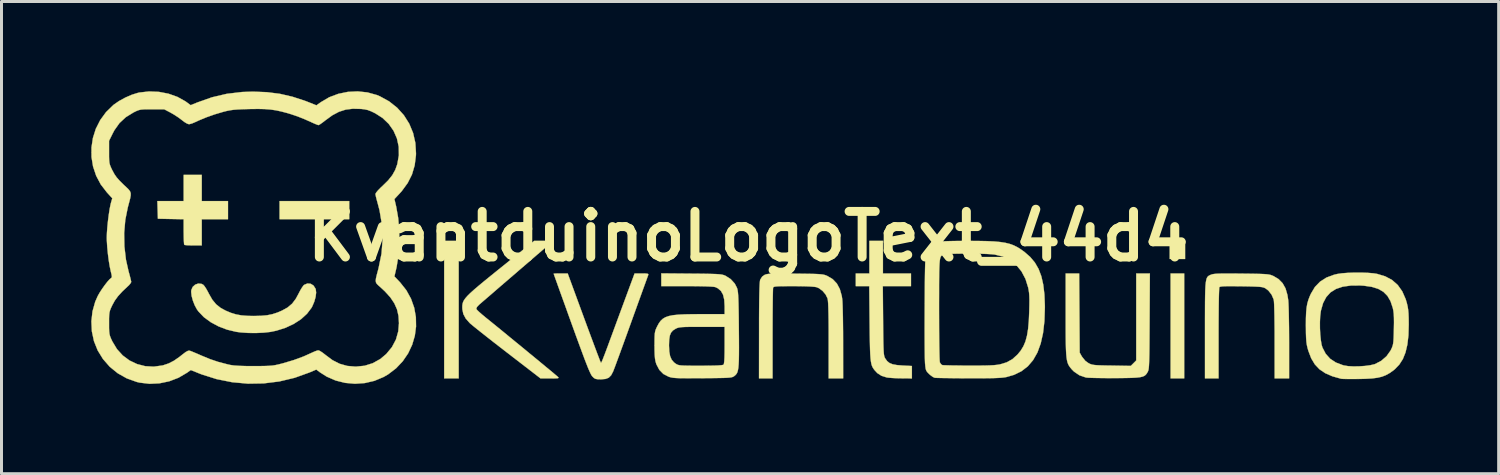
<source format=kicad_pcb>
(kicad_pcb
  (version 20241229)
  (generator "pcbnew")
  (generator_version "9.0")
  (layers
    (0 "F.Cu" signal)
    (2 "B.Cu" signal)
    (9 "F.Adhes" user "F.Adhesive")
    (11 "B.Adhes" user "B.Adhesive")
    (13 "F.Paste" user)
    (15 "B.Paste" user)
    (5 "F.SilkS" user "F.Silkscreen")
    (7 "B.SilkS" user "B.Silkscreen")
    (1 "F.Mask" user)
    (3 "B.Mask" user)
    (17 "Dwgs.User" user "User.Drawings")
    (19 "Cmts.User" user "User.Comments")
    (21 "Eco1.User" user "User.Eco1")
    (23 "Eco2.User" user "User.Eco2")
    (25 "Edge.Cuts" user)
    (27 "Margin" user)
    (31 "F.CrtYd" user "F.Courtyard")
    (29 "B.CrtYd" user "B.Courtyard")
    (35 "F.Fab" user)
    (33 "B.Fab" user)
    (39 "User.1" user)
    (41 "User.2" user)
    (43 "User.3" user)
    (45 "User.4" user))
  (footprint "KvantduinoLogoText_44d4"
    (layer "F.Cu")
    (at 21.958 4.851)
    (property "Reference" "KvantduinoLogoText_44d4" (at 0 0 0) (layer "F.SilkS") (effects (font (size 1.524 1.524) (thickness 0.3))))
    (attr through_hole)
    (fp_poly (pts (xy -13.335 -0.575) (xy -15.663 -0.575) (xy -15.663 -1.179) (xy -13.335 -1.179) (xy -13.335 -0.575)) (stroke (width 0.01) (type solid)) (fill yes) (layer "F.SilkS"))
    (fp_poly (pts (xy -9.676 4.747) (xy -10.16 4.747) (xy -10.16 0.151) (xy -9.676 0.151) (xy -9.676 4.747)) (stroke (width 0.01) (type solid)) (fill yes) (layer "F.SilkS"))
    (fp_poly (pts (xy 14.575 4.747) (xy 14.121 4.747) (xy 14.121 1.24) (xy 14.575 1.24) (xy 14.575 4.747)) (stroke (width 0.01) (type solid)) (fill yes) (layer "F.SilkS"))
    (fp_poly (pts (xy 14.605 0.756) (xy 14.091 0.756) (xy 14.091 0.151) (xy 14.605 0.151) (xy 14.605 0.756)) (stroke (width 0.01) (type solid)) (fill yes) (layer "F.SilkS"))
    (fp_poly (pts (xy -18.264 -1.179) (xy -17.387 -1.179) (xy -17.387 -0.575) (xy -18.264 -0.575) (xy -18.264 0.302) (xy -18.546 0.302) (xy -18.671 0.3) (xy -18.773 0.295) (xy -18.836 0.287) (xy -18.848 0.282) (xy -18.856 0.246) (xy -18.862 0.161) (xy -18.866 0.039) (xy -18.868 -0.109) (xy -18.869 -0.155) (xy -18.869 -0.573) (xy -19.299 -0.581) (xy -19.73 -0.59) (xy -19.739 -0.884) (xy -19.748 -1.179) (xy -18.869 -1.179) (xy -18.869 -2.056) (xy -18.264 -2.056) (xy -18.264 -1.179)) (stroke (width 0.01) (type solid)) (fill yes) (layer "F.SilkS"))
    (fp_poly (pts (xy 4.505 1.24) (xy 5.443 1.24) (xy 5.443 1.663) (xy 4.501 1.663) (xy 4.511 2.82) (xy 4.513 3.116) (xy 4.516 3.357) (xy 4.519 3.551) (xy 4.523 3.702) (xy 4.528 3.818) (xy 4.534 3.905) (xy 4.542 3.967) (xy 4.552 4.013) (xy 4.564 4.047) (xy 4.58 4.077) (xy 4.582 4.081) (xy 4.646 4.17) (xy 4.725 4.233) (xy 4.83 4.276) (xy 4.973 4.302) (xy 5.156 4.317) (xy 5.473 4.333) (xy 5.473 4.747) (xy 5.118 4.744) (xy 4.963 4.741) (xy 4.818 4.734) (xy 4.7 4.724) (xy 4.636 4.716) (xy 4.458 4.661) (xy 4.317 4.57) (xy 4.239 4.487) (xy 4.2 4.438) (xy 4.168 4.389) (xy 4.141 4.334) (xy 4.12 4.267) (xy 4.104 4.182) (xy 4.091 4.074) (xy 4.081 3.936) (xy 4.074 3.762) (xy 4.069 3.547) (xy 4.064 3.285) (xy 4.061 2.969) (xy 4.06 2.895) (xy 4.048 1.663) (xy 3.598 1.663) (xy 3.598 1.24) (xy 4.052 1.24) (xy 4.052 0.151) (xy 4.505 0.151) (xy 4.505 1.24)) (stroke (width 0.01) (type solid)) (fill yes) (layer "F.SilkS"))
    (fp_poly (pts (xy -14.624 1.584) (xy -14.529 1.643) (xy -14.462 1.747) (xy -14.454 1.768) (xy -14.441 1.88) (xy -14.459 2.025) (xy -14.503 2.183) (xy -14.57 2.34) (xy -14.595 2.386) (xy -14.746 2.586) (xy -14.946 2.768) (xy -15.189 2.926) (xy -15.466 3.056) (xy -15.77 3.152) (xy -15.966 3.193) (xy -16.188 3.218) (xy -16.443 3.23) (xy -16.707 3.228) (xy -16.955 3.211) (xy -17.115 3.19) (xy -17.419 3.117) (xy -17.707 3.007) (xy -17.968 2.866) (xy -18.193 2.7) (xy -18.372 2.513) (xy -18.423 2.444) (xy -18.499 2.304) (xy -18.561 2.146) (xy -18.603 1.99) (xy -18.618 1.853) (xy -18.613 1.795) (xy -18.567 1.689) (xy -18.484 1.614) (xy -18.382 1.577) (xy -18.274 1.587) (xy -18.215 1.616) (xy -18.174 1.662) (xy -18.117 1.748) (xy -18.055 1.859) (xy -18.026 1.916) (xy -17.912 2.116) (xy -17.785 2.27) (xy -17.633 2.391) (xy -17.466 2.482) (xy -17.289 2.556) (xy -17.119 2.608) (xy -16.939 2.641) (xy -16.732 2.657) (xy -16.525 2.661) (xy -16.282 2.655) (xy -16.08 2.637) (xy -15.904 2.601) (xy -15.734 2.546) (xy -15.584 2.482) (xy -15.393 2.376) (xy -15.243 2.249) (xy -15.12 2.086) (xy -15.03 1.919) (xy -14.969 1.802) (xy -14.908 1.702) (xy -14.858 1.635) (xy -14.842 1.621) (xy -14.732 1.575) (xy -14.624 1.584)) (stroke (width 0.01) (type solid)) (fill yes) (layer "F.SilkS"))
    (fp_poly (pts (xy 11.082 3.886) (xy 11.158 4.021) (xy 11.271 4.162) (xy 11.37 4.233) (xy 11.417 4.258) (xy 11.464 4.277) (xy 11.518 4.291) (xy 11.589 4.301) (xy 11.687 4.308) (xy 11.82 4.313) (xy 11.999 4.317) (xy 12.147 4.319) (xy 12.789 4.33) (xy 12.881 4.239) (xy 12.972 4.147) (xy 12.972 1.24) (xy 13.428 1.24) (xy 13.419 2.835) (xy 13.417 3.189) (xy 13.415 3.487) (xy 13.413 3.735) (xy 13.41 3.938) (xy 13.406 4.101) (xy 13.402 4.229) (xy 13.397 4.326) (xy 13.391 4.399) (xy 13.383 4.452) (xy 13.373 4.49) (xy 13.362 4.518) (xy 13.357 4.528) (xy 13.324 4.584) (xy 13.288 4.628) (xy 13.243 4.663) (xy 13.181 4.689) (xy 13.095 4.708) (xy 12.979 4.721) (xy 12.827 4.729) (xy 12.63 4.734) (xy 12.383 4.737) (xy 12.262 4.737) (xy 12.034 4.738) (xy 11.821 4.736) (xy 11.631 4.733) (xy 11.473 4.729) (xy 11.356 4.724) (xy 11.291 4.717) (xy 11.289 4.717) (xy 11.075 4.644) (xy 10.892 4.52) (xy 10.813 4.44) (xy 10.769 4.387) (xy 10.732 4.336) (xy 10.701 4.281) (xy 10.676 4.217) (xy 10.657 4.139) (xy 10.642 4.04) (xy 10.631 3.915) (xy 10.623 3.759) (xy 10.618 3.566) (xy 10.615 3.33) (xy 10.614 3.047) (xy 10.614 2.709) (xy 10.614 2.625) (xy 10.614 1.24) (xy 11.064 1.24) (xy 11.082 3.886)) (stroke (width 0.01) (type solid)) (fill yes) (layer "F.SilkS"))
    (fp_poly (pts (xy -6.709 0.153) (xy -6.612 0.159) (xy -6.556 0.168) (xy -6.548 0.177) (xy -6.576 0.201) (xy -6.645 0.261) (xy -6.751 0.352) (xy -6.89 0.472) (xy -7.057 0.615) (xy -7.247 0.779) (xy -7.455 0.959) (xy -7.679 1.151) (xy -7.726 1.192) (xy -7.955 1.389) (xy -8.174 1.577) (xy -8.377 1.752) (xy -8.559 1.91) (xy -8.716 2.045) (xy -8.843 2.154) (xy -8.934 2.233) (xy -8.985 2.277) (xy -8.989 2.28) (xy -9.065 2.36) (xy -9.087 2.419) (xy -9.084 2.429) (xy -9.055 2.466) (xy -8.987 2.531) (xy -8.891 2.615) (xy -8.778 2.709) (xy -8.774 2.712) (xy -8.667 2.798) (xy -8.528 2.911) (xy -8.364 3.044) (xy -8.179 3.195) (xy -7.98 3.359) (xy -7.771 3.53) (xy -7.558 3.704) (xy -7.347 3.878) (xy -7.142 4.046) (xy -6.951 4.204) (xy -6.777 4.348) (xy -6.626 4.472) (xy -6.505 4.573) (xy -6.418 4.646) (xy -6.371 4.686) (xy -6.366 4.691) (xy -6.342 4.716) (xy -6.339 4.732) (xy -6.366 4.742) (xy -6.431 4.746) (xy -6.544 4.747) (xy -6.623 4.747) (xy -6.94 4.747) (xy -8.059 3.885) (xy -8.291 3.705) (xy -8.513 3.533) (xy -8.718 3.372) (xy -8.902 3.227) (xy -9.059 3.102) (xy -9.183 3.002) (xy -9.27 2.93) (xy -9.308 2.896) (xy -9.441 2.745) (xy -9.52 2.596) (xy -9.553 2.435) (xy -9.555 2.381) (xy -9.554 2.315) (xy -9.546 2.254) (xy -9.529 2.195) (xy -9.498 2.133) (xy -9.45 2.066) (xy -9.382 1.988) (xy -9.29 1.897) (xy -9.169 1.788) (xy -9.016 1.657) (xy -8.828 1.501) (xy -8.601 1.316) (xy -8.331 1.098) (xy -8.266 1.046) (xy -7.153 0.151) (xy -6.836 0.151) (xy -6.709 0.153)) (stroke (width 0.01) (type solid)) (fill yes) (layer "F.SilkS"))
    (fp_poly (pts (xy 1.18 1.243) (xy 1.412 1.245) (xy 1.572 1.246) (xy 1.834 1.249) (xy 2.042 1.252) (xy 2.205 1.255) (xy 2.33 1.26) (xy 2.423 1.267) (xy 2.494 1.275) (xy 2.549 1.287) (xy 2.595 1.302) (xy 2.641 1.321) (xy 2.649 1.325) (xy 2.828 1.432) (xy 2.965 1.576) (xy 3.064 1.761) (xy 3.129 1.991) (xy 3.144 2.092) (xy 3.151 2.172) (xy 3.157 2.303) (xy 3.162 2.48) (xy 3.167 2.692) (xy 3.17 2.934) (xy 3.173 3.195) (xy 3.174 3.469) (xy 3.174 3.53) (xy 3.175 4.747) (xy 2.691 4.747) (xy 2.691 3.473) (xy 2.691 3.12) (xy 2.689 2.824) (xy 2.685 2.581) (xy 2.68 2.389) (xy 2.674 2.244) (xy 2.666 2.143) (xy 2.656 2.082) (xy 2.655 2.077) (xy 2.59 1.944) (xy 2.488 1.822) (xy 2.366 1.732) (xy 2.283 1.697) (xy 2.211 1.686) (xy 2.088 1.676) (xy 1.923 1.669) (xy 1.725 1.665) (xy 1.508 1.663) (xy 1.29 1.664) (xy 1.124 1.665) (xy 1.005 1.669) (xy 0.924 1.675) (xy 0.873 1.684) (xy 0.846 1.696) (xy 0.835 1.711) (xy 0.831 1.75) (xy 0.828 1.843) (xy 0.825 1.985) (xy 0.822 2.169) (xy 0.82 2.39) (xy 0.818 2.641) (xy 0.817 2.917) (xy 0.816 3.211) (xy 0.816 3.253) (xy 0.816 4.747) (xy 0.363 4.747) (xy 0.365 3.152) (xy 0.365 2.761) (xy 0.367 2.428) (xy 0.37 2.148) (xy 0.374 1.92) (xy 0.379 1.74) (xy 0.385 1.605) (xy 0.392 1.512) (xy 0.4 1.458) (xy 0.402 1.451) (xy 0.468 1.346) (xy 0.544 1.291) (xy 0.579 1.276) (xy 0.621 1.264) (xy 0.676 1.255) (xy 0.753 1.249) (xy 0.858 1.245) (xy 0.998 1.243) (xy 1.18 1.243)) (stroke (width 0.01) (type solid)) (fill yes) (layer "F.SilkS"))
    (fp_poly (pts (xy -3.439 1.241) (xy -3.37 1.247) (xy -3.34 1.259) (xy -3.337 1.281) (xy -3.341 1.293) (xy -3.355 1.331) (xy -3.387 1.42) (xy -3.436 1.555) (xy -3.5 1.731) (xy -3.576 1.942) (xy -3.663 2.182) (xy -3.758 2.446) (xy -3.86 2.729) (xy -3.906 2.857) (xy -4.012 3.151) (xy -4.113 3.43) (xy -4.208 3.691) (xy -4.294 3.927) (xy -4.369 4.131) (xy -4.431 4.299) (xy -4.478 4.423) (xy -4.507 4.499) (xy -4.513 4.514) (xy -4.58 4.643) (xy -4.66 4.724) (xy -4.766 4.765) (xy -4.913 4.778) (xy -4.922 4.778) (xy -5.032 4.775) (xy -5.102 4.763) (xy -5.154 4.734) (xy -5.208 4.681) (xy -5.21 4.679) (xy -5.234 4.647) (xy -5.263 4.595) (xy -5.299 4.518) (xy -5.345 4.412) (xy -5.4 4.274) (xy -5.468 4.099) (xy -5.548 3.884) (xy -5.644 3.624) (xy -5.757 3.316) (xy -5.888 2.954) (xy -5.901 2.918) (xy -6.01 2.616) (xy -6.112 2.331) (xy -6.207 2.069) (xy -6.291 1.835) (xy -6.364 1.632) (xy -6.423 1.467) (xy -6.467 1.345) (xy -6.493 1.27) (xy -6.501 1.247) (xy -6.473 1.244) (xy -6.4 1.241) (xy -6.295 1.24) (xy -6.267 1.24) (xy -6.032 1.24) (xy -5.491 2.714) (xy -5.386 2.999) (xy -5.287 3.266) (xy -5.196 3.51) (xy -5.115 3.727) (xy -5.046 3.911) (xy -4.991 4.055) (xy -4.952 4.156) (xy -4.931 4.207) (xy -4.928 4.213) (xy -4.923 4.219) (xy -4.918 4.223) (xy -4.912 4.221) (xy -4.903 4.207) (xy -4.889 4.178) (xy -4.868 4.13) (xy -4.84 4.058) (xy -4.801 3.958) (xy -4.751 3.826) (xy -4.688 3.657) (xy -4.611 3.447) (xy -4.517 3.193) (xy -4.405 2.889) (xy -4.307 2.623) (xy -3.796 1.24) (xy -3.558 1.24) (xy -3.439 1.241)) (stroke (width 0.01) (type solid)) (fill yes) (layer "F.SilkS"))
    (fp_poly (pts (xy 16.283 1.243) (xy 16.492 1.245) (xy 16.751 1.248) (xy 16.958 1.251) (xy 17.119 1.255) (xy 17.243 1.26) (xy 17.335 1.267) (xy 17.405 1.276) (xy 17.46 1.288) (xy 17.506 1.304) (xy 17.552 1.323) (xy 17.557 1.325) (xy 17.73 1.428) (xy 17.864 1.564) (xy 17.962 1.739) (xy 18.026 1.959) (xy 18.054 2.141) (xy 18.06 2.231) (xy 18.066 2.373) (xy 18.071 2.559) (xy 18.075 2.779) (xy 18.079 3.026) (xy 18.081 3.289) (xy 18.082 3.562) (xy 18.082 3.576) (xy 18.082 4.747) (xy 17.599 4.747) (xy 17.598 3.485) (xy 17.598 3.174) (xy 17.595 2.893) (xy 17.592 2.646) (xy 17.587 2.44) (xy 17.582 2.279) (xy 17.575 2.168) (xy 17.568 2.113) (xy 17.497 1.949) (xy 17.39 1.812) (xy 17.296 1.74) (xy 17.258 1.72) (xy 17.214 1.705) (xy 17.157 1.693) (xy 17.078 1.685) (xy 16.969 1.679) (xy 16.82 1.674) (xy 16.625 1.67) (xy 16.483 1.668) (xy 16.249 1.666) (xy 16.069 1.665) (xy 15.936 1.667) (xy 15.844 1.672) (xy 15.786 1.681) (xy 15.756 1.692) (xy 15.75 1.698) (xy 15.745 1.736) (xy 15.741 1.828) (xy 15.736 1.968) (xy 15.732 2.151) (xy 15.729 2.371) (xy 15.727 2.622) (xy 15.725 2.897) (xy 15.724 3.191) (xy 15.724 3.243) (xy 15.724 4.747) (xy 15.27 4.747) (xy 15.27 3.144) (xy 15.27 2.772) (xy 15.271 2.455) (xy 15.272 2.19) (xy 15.275 1.97) (xy 15.28 1.793) (xy 15.287 1.651) (xy 15.298 1.542) (xy 15.312 1.46) (xy 15.329 1.4) (xy 15.352 1.358) (xy 15.379 1.329) (xy 15.412 1.308) (xy 15.451 1.29) (xy 15.47 1.282) (xy 15.511 1.268) (xy 15.565 1.258) (xy 15.64 1.25) (xy 15.742 1.245) (xy 15.879 1.242) (xy 16.057 1.242) (xy 16.283 1.243)) (stroke (width 0.01) (type solid)) (fill yes) (layer "F.SilkS"))
    (fp_poly (pts (xy 20.497 1.211) (xy 20.714 1.219) (xy 20.902 1.235) (xy 21.023 1.254) (xy 21.295 1.336) (xy 21.525 1.459) (xy 21.714 1.626) (xy 21.864 1.838) (xy 21.978 2.097) (xy 22.017 2.227) (xy 22.043 2.337) (xy 22.061 2.448) (xy 22.073 2.574) (xy 22.079 2.731) (xy 22.081 2.932) (xy 22.081 2.948) (xy 22.071 3.308) (xy 22.035 3.616) (xy 21.973 3.879) (xy 21.884 4.101) (xy 21.764 4.287) (xy 21.614 4.442) (xy 21.565 4.482) (xy 21.438 4.571) (xy 21.315 4.639) (xy 21.184 4.69) (xy 21.035 4.725) (xy 20.856 4.748) (xy 20.636 4.761) (xy 20.426 4.766) (xy 20.247 4.767) (xy 20.085 4.767) (xy 19.953 4.766) (xy 19.86 4.763) (xy 19.821 4.759) (xy 19.529 4.677) (xy 19.29 4.573) (xy 19.096 4.442) (xy 18.942 4.278) (xy 18.821 4.076) (xy 18.727 3.83) (xy 18.699 3.734) (xy 18.677 3.638) (xy 18.661 3.532) (xy 18.651 3.404) (xy 18.645 3.243) (xy 18.643 3.037) (xy 18.642 2.978) (xy 18.643 2.869) (xy 19.112 2.869) (xy 19.113 3.073) (xy 19.123 3.276) (xy 19.142 3.463) (xy 19.167 3.618) (xy 19.195 3.713) (xy 19.304 3.923) (xy 19.453 4.09) (xy 19.646 4.217) (xy 19.885 4.307) (xy 19.912 4.314) (xy 20.051 4.337) (xy 20.228 4.347) (xy 20.424 4.344) (xy 20.62 4.331) (xy 20.797 4.307) (xy 20.937 4.274) (xy 20.959 4.266) (xy 21.164 4.158) (xy 21.34 4.005) (xy 21.472 3.819) (xy 21.489 3.786) (xy 21.52 3.72) (xy 21.542 3.659) (xy 21.558 3.593) (xy 21.569 3.509) (xy 21.576 3.396) (xy 21.581 3.243) (xy 21.584 3.096) (xy 21.588 2.883) (xy 21.586 2.718) (xy 21.58 2.59) (xy 21.567 2.485) (xy 21.548 2.393) (xy 21.546 2.387) (xy 21.472 2.167) (xy 21.37 1.991) (xy 21.235 1.854) (xy 21.061 1.754) (xy 20.845 1.687) (xy 20.581 1.649) (xy 20.456 1.641) (xy 20.14 1.644) (xy 19.871 1.682) (xy 19.647 1.758) (xy 19.465 1.873) (xy 19.323 2.03) (xy 19.218 2.229) (xy 19.148 2.472) (xy 19.139 2.521) (xy 19.12 2.68) (xy 19.112 2.869) (xy 18.643 2.869) (xy 18.644 2.735) (xy 18.652 2.54) (xy 18.667 2.381) (xy 18.691 2.245) (xy 18.727 2.12) (xy 18.776 1.994) (xy 18.812 1.915) (xy 18.945 1.692) (xy 19.117 1.514) (xy 19.328 1.378) (xy 19.584 1.283) (xy 19.693 1.257) (xy 19.85 1.234) (xy 20.048 1.219) (xy 20.27 1.211) (xy 20.497 1.211)) (stroke (width 0.01) (type solid)) (fill yes) (layer "F.SilkS"))
    (fp_poly (pts (xy -1.897 1.246) (xy -1.623 1.248) (xy -1.401 1.251) (xy -1.227 1.255) (xy -1.092 1.259) (xy -0.989 1.265) (xy -0.913 1.273) (xy -0.856 1.283) (xy -0.81 1.296) (xy -0.77 1.312) (xy -0.756 1.318) (xy -0.582 1.43) (xy -0.447 1.579) (xy -0.374 1.72) (xy -0.361 1.762) (xy -0.35 1.814) (xy -0.341 1.881) (xy -0.334 1.971) (xy -0.328 2.089) (xy -0.323 2.24) (xy -0.319 2.432) (xy -0.315 2.67) (xy -0.312 2.96) (xy -0.311 3.099) (xy -0.308 3.434) (xy -0.307 3.713) (xy -0.308 3.943) (xy -0.311 4.129) (xy -0.318 4.277) (xy -0.328 4.391) (xy -0.343 4.479) (xy -0.362 4.544) (xy -0.387 4.592) (xy -0.418 4.63) (xy -0.455 4.662) (xy -0.464 4.669) (xy -0.49 4.686) (xy -0.519 4.7) (xy -0.56 4.711) (xy -0.618 4.72) (xy -0.7 4.726) (xy -0.813 4.731) (xy -0.963 4.734) (xy -1.158 4.737) (xy -1.404 4.739) (xy -1.522 4.74) (xy -1.793 4.741) (xy -2.012 4.742) (xy -2.185 4.741) (xy -2.319 4.739) (xy -2.422 4.734) (xy -2.501 4.727) (xy -2.563 4.717) (xy -2.616 4.704) (xy -2.661 4.689) (xy -2.834 4.599) (xy -2.969 4.462) (xy -3.066 4.278) (xy -3.075 4.252) (xy -3.098 4.173) (xy -3.114 4.079) (xy -3.124 3.959) (xy -3.129 3.801) (xy -3.13 3.644) (xy -3.13 3.643) (xy -2.646 3.643) (xy -2.646 3.644) (xy -2.637 3.847) (xy -2.609 4.002) (xy -2.558 4.12) (xy -2.48 4.212) (xy -2.422 4.256) (xy -2.388 4.277) (xy -2.352 4.293) (xy -2.306 4.306) (xy -2.243 4.314) (xy -2.153 4.319) (xy -2.03 4.322) (xy -1.864 4.324) (xy -1.647 4.324) (xy -1.589 4.324) (xy -1.335 4.323) (xy -1.138 4.32) (xy -0.992 4.314) (xy -0.893 4.306) (xy -0.837 4.296) (xy -0.822 4.288) (xy -0.809 4.252) (xy -0.798 4.173) (xy -0.791 4.046) (xy -0.787 3.868) (xy -0.786 3.638) (xy -0.786 3.024) (xy -1.543 3.024) (xy -1.779 3.024) (xy -1.963 3.025) (xy -2.103 3.028) (xy -2.206 3.033) (xy -2.282 3.041) (xy -2.338 3.052) (xy -2.382 3.067) (xy -2.42 3.085) (xy -2.513 3.144) (xy -2.578 3.218) (xy -2.619 3.319) (xy -2.64 3.457) (xy -2.646 3.643) (xy -3.13 3.643) (xy -3.129 3.467) (xy -3.126 3.338) (xy -3.12 3.245) (xy -3.107 3.173) (xy -3.088 3.111) (xy -3.059 3.046) (xy -3.044 3.016) (xy -2.988 2.911) (xy -2.927 2.825) (xy -2.855 2.757) (xy -2.767 2.704) (xy -2.654 2.664) (xy -2.512 2.635) (xy -2.333 2.617) (xy -2.111 2.606) (xy -1.84 2.601) (xy -1.612 2.6) (xy -0.786 2.6) (xy -0.786 2.332) (xy -0.799 2.116) (xy -0.839 1.949) (xy -0.91 1.824) (xy -1.014 1.735) (xy -1.098 1.695) (xy -1.157 1.685) (xy -1.271 1.677) (xy -1.437 1.67) (xy -1.65 1.666) (xy -1.905 1.663) (xy -2.043 1.663) (xy -2.903 1.663) (xy -2.903 1.237) (xy -1.897 1.246)) (stroke (width 0.01) (type solid)) (fill yes) (layer "F.SilkS"))
    (fp_poly (pts (xy 7.697 0.153) (xy 7.984 0.159) (xy 8.226 0.17) (xy 8.428 0.189) (xy 8.6 0.216) (xy 8.748 0.253) (xy 8.879 0.301) (xy 9.001 0.362) (xy 9.121 0.438) (xy 9.238 0.522) (xy 9.428 0.689) (xy 9.584 0.875) (xy 9.707 1.088) (xy 9.8 1.333) (xy 9.864 1.615) (xy 9.903 1.941) (xy 9.918 2.318) (xy 9.918 2.384) (xy 9.903 2.834) (xy 9.857 3.232) (xy 9.779 3.581) (xy 9.669 3.882) (xy 9.525 4.135) (xy 9.348 4.343) (xy 9.136 4.507) (xy 8.888 4.628) (xy 8.633 4.702) (xy 8.559 4.714) (xy 8.466 4.725) (xy 8.348 4.732) (xy 8.198 4.738) (xy 8.01 4.741) (xy 7.778 4.743) (xy 7.494 4.743) (xy 7.363 4.743) (xy 7.113 4.742) (xy 6.88 4.74) (xy 6.672 4.737) (xy 6.496 4.735) (xy 6.359 4.732) (xy 6.269 4.729) (xy 6.236 4.726) (xy 6.174 4.698) (xy 6.095 4.641) (xy 6.05 4.602) (xy 5.993 4.544) (xy 5.957 4.494) (xy 5.935 4.432) (xy 5.922 4.342) (xy 5.912 4.233) (xy 5.909 4.155) (xy 5.905 4.022) (xy 5.903 3.842) (xy 5.901 3.621) (xy 5.9 3.366) (xy 5.899 3.083) (xy 5.9 2.779) (xy 5.901 2.461) (xy 5.901 2.44) (xy 6.381 2.44) (xy 6.382 2.787) (xy 6.383 3.108) (xy 6.385 3.397) (xy 6.388 3.65) (xy 6.392 3.862) (xy 6.396 4.028) (xy 6.401 4.145) (xy 6.407 4.207) (xy 6.409 4.214) (xy 6.45 4.276) (xy 6.492 4.303) (xy 6.536 4.307) (xy 6.631 4.31) (xy 6.771 4.314) (xy 6.946 4.316) (xy 7.147 4.319) (xy 7.367 4.32) (xy 7.378 4.32) (xy 7.661 4.32) (xy 7.891 4.318) (xy 8.075 4.313) (xy 8.219 4.305) (xy 8.332 4.293) (xy 8.417 4.279) (xy 8.642 4.211) (xy 8.831 4.106) (xy 9 3.954) (xy 9.003 3.951) (xy 9.113 3.817) (xy 9.201 3.672) (xy 9.27 3.509) (xy 9.321 3.318) (xy 9.358 3.092) (xy 9.382 2.822) (xy 9.395 2.521) (xy 9.4 2.301) (xy 9.402 2.129) (xy 9.398 1.994) (xy 9.39 1.884) (xy 9.375 1.786) (xy 9.361 1.713) (xy 9.27 1.422) (xy 9.136 1.169) (xy 8.963 0.958) (xy 8.754 0.792) (xy 8.513 0.674) (xy 8.241 0.608) (xy 8.225 0.606) (xy 8.111 0.595) (xy 7.96 0.587) (xy 7.781 0.581) (xy 7.583 0.577) (xy 7.377 0.575) (xy 7.172 0.576) (xy 6.979 0.578) (xy 6.808 0.583) (xy 6.668 0.59) (xy 6.569 0.599) (xy 6.522 0.61) (xy 6.492 0.626) (xy 6.468 0.642) (xy 6.447 0.665) (xy 6.429 0.698) (xy 6.416 0.746) (xy 6.405 0.814) (xy 6.397 0.908) (xy 6.391 1.03) (xy 6.386 1.187) (xy 6.384 1.384) (xy 6.382 1.624) (xy 6.382 1.912) (xy 6.381 2.254) (xy 6.381 2.44) (xy 5.901 2.44) (xy 5.902 2.283) (xy 5.904 1.906) (xy 5.906 1.584) (xy 5.909 1.313) (xy 5.913 1.088) (xy 5.918 0.904) (xy 5.925 0.756) (xy 5.935 0.639) (xy 5.947 0.548) (xy 5.964 0.479) (xy 5.984 0.427) (xy 6.009 0.386) (xy 6.038 0.353) (xy 6.073 0.321) (xy 6.105 0.295) (xy 6.198 0.232) (xy 6.301 0.186) (xy 6.313 0.183) (xy 6.375 0.174) (xy 6.491 0.167) (xy 6.653 0.16) (xy 6.856 0.155) (xy 7.092 0.152) (xy 7.354 0.151) (xy 7.357 0.151) (xy 7.697 0.153)) (stroke (width 0.01) (type solid)) (fill yes) (layer "F.SilkS"))
    (fp_poly (pts (xy -12.727 -4.812) (xy -12.416 -4.726) (xy -12.312 -4.683) (xy -12.002 -4.513) (xy -11.733 -4.3) (xy -11.508 -4.05) (xy -11.329 -3.767) (xy -11.2 -3.456) (xy -11.124 -3.123) (xy -11.103 -2.772) (xy -11.105 -2.71) (xy -11.147 -2.375) (xy -11.237 -2.069) (xy -11.38 -1.785) (xy -11.578 -1.514) (xy -11.649 -1.435) (xy -11.824 -1.247) (xy -11.765 -0.994) (xy -11.698 -0.613) (xy -11.663 -0.201) (xy -11.66 0.222) (xy -11.689 0.636) (xy -11.751 1.022) (xy -11.765 1.085) (xy -11.824 1.338) (xy -11.634 1.538) (xy -11.425 1.802) (xy -11.268 2.087) (xy -11.162 2.388) (xy -11.107 2.698) (xy -11.101 3.012) (xy -11.142 3.322) (xy -11.231 3.624) (xy -11.366 3.91) (xy -11.546 4.174) (xy -11.769 4.41) (xy -12.035 4.613) (xy -12.186 4.7) (xy -12.491 4.828) (xy -12.813 4.903) (xy -13.142 4.926) (xy -13.471 4.897) (xy -13.788 4.818) (xy -14.087 4.688) (xy -14.316 4.542) (xy -14.435 4.452) (xy -14.664 4.549) (xy -15.159 4.727) (xy -15.671 4.849) (xy -16.194 4.914) (xy -16.721 4.923) (xy -17.247 4.875) (xy -17.767 4.771) (xy -18.273 4.611) (xy -18.364 4.575) (xy -18.63 4.468) (xy -18.757 4.558) (xy -19.041 4.725) (xy -19.352 4.844) (xy -19.678 4.912) (xy -20.01 4.928) (xy -20.337 4.889) (xy -20.436 4.866) (xy -20.77 4.746) (xy -21.072 4.576) (xy -21.339 4.359) (xy -21.566 4.099) (xy -21.743 3.811) (xy -21.867 3.502) (xy -21.937 3.176) (xy -21.953 2.84) (xy -21.916 2.507) (xy -21.825 2.184) (xy -21.742 1.996) (xy -21.679 1.884) (xy -21.598 1.759) (xy -21.51 1.635) (xy -21.424 1.524) (xy -21.349 1.44) (xy -21.298 1.396) (xy -21.275 1.376) (xy -21.269 1.339) (xy -21.28 1.272) (xy -21.303 1.18) (xy -21.338 1.016) (xy -21.372 0.811) (xy -21.401 0.586) (xy -21.423 0.361) (xy -21.436 0.156) (xy -21.439 0.046) (xy -21.434 -0.115) (xy -21.42 -0.307) (xy -21.399 -0.513) (xy -21.373 -0.718) (xy -21.345 -0.904) (xy -21.315 -1.055) (xy -21.301 -1.113) (xy -21.255 -1.273) (xy -21.434 -1.469) (xy -21.64 -1.736) (xy -21.794 -2.027) (xy -21.897 -2.334) (xy -21.949 -2.651) (xy -21.95 -2.972) (xy -21.916 -3.195) (xy -21.363 -3.195) (xy -21.363 -2.813) (xy -21.363 -2.654) (xy -21.359 -2.54) (xy -21.35 -2.455) (xy -21.331 -2.383) (xy -21.301 -2.308) (xy -21.257 -2.215) (xy -21.25 -2.203) (xy -21.184 -2.08) (xy -21.109 -1.972) (xy -21.012 -1.862) (xy -20.881 -1.732) (xy -20.877 -1.728) (xy -20.778 -1.636) (xy -20.708 -1.567) (xy -20.662 -1.507) (xy -20.64 -1.446) (xy -20.639 -1.372) (xy -20.656 -1.274) (xy -20.691 -1.139) (xy -20.737 -0.966) (xy -20.82 -0.551) (xy -20.858 -0.111) (xy -20.85 0.337) (xy -20.798 0.78) (xy -20.712 1.163) (xy -20.675 1.297) (xy -20.646 1.412) (xy -20.627 1.493) (xy -20.622 1.525) (xy -20.644 1.568) (xy -20.697 1.632) (xy -20.736 1.668) (xy -20.92 1.842) (xy -21.062 1.997) (xy -21.171 2.147) (xy -21.254 2.298) (xy -21.3 2.395) (xy -21.33 2.472) (xy -21.349 2.545) (xy -21.359 2.631) (xy -21.363 2.745) (xy -21.363 2.903) (xy -21.363 3.061) (xy -21.359 3.175) (xy -21.349 3.261) (xy -21.33 3.335) (xy -21.299 3.414) (xy -21.253 3.512) (xy -21.25 3.517) (xy -21.098 3.769) (xy -20.905 3.981) (xy -20.679 4.149) (xy -20.426 4.269) (xy -20.154 4.339) (xy -19.868 4.355) (xy -19.577 4.315) (xy -19.548 4.307) (xy -19.367 4.246) (xy -19.193 4.156) (xy -19.008 4.027) (xy -18.916 3.954) (xy -18.802 3.867) (xy -18.721 3.824) (xy -18.674 3.82) (xy -18.623 3.837) (xy -18.53 3.875) (xy -18.409 3.926) (xy -18.279 3.983) (xy -17.995 4.101) (xy -17.714 4.196) (xy -17.408 4.276) (xy -17.311 4.298) (xy -17.189 4.316) (xy -17.008 4.328) (xy -16.771 4.335) (xy -16.51 4.336) (xy -16.298 4.335) (xy -16.133 4.332) (xy -16.004 4.327) (xy -15.898 4.318) (xy -15.803 4.303) (xy -15.705 4.282) (xy -15.593 4.254) (xy -15.541 4.24) (xy -15.186 4.134) (xy -14.858 4.013) (xy -14.574 3.885) (xy -14.48 3.843) (xy -14.399 3.815) (xy -14.367 3.81) (xy -14.316 3.829) (xy -14.237 3.879) (xy -14.145 3.949) (xy -14.131 3.961) (xy -13.893 4.138) (xy -13.654 4.259) (xy -13.403 4.33) (xy -13.128 4.354) (xy -13.113 4.354) (xy -12.82 4.325) (xy -12.546 4.239) (xy -12.294 4.098) (xy -12.096 3.931) (xy -11.907 3.702) (xy -11.773 3.449) (xy -11.695 3.173) (xy -11.672 2.903) (xy -11.687 2.66) (xy -11.737 2.441) (xy -11.827 2.237) (xy -11.96 2.039) (xy -12.142 1.838) (xy -12.305 1.687) (xy -12.37 1.63) (xy -12.415 1.584) (xy -12.441 1.537) (xy -12.449 1.48) (xy -12.44 1.4) (xy -12.414 1.288) (xy -12.372 1.131) (xy -12.354 1.061) (xy -12.256 0.582) (xy -12.218 0.098) (xy -12.24 -0.388) (xy -12.322 -0.872) (xy -12.381 -1.097) (xy -12.415 -1.221) (xy -12.442 -1.328) (xy -12.456 -1.4) (xy -12.458 -1.417) (xy -12.436 -1.46) (xy -12.378 -1.532) (xy -12.291 -1.622) (xy -12.22 -1.688) (xy -12.034 -1.871) (xy -11.895 -2.045) (xy -11.796 -2.223) (xy -11.728 -2.413) (xy -11.675 -2.709) (xy -11.68 -2.997) (xy -11.74 -3.273) (xy -11.852 -3.529) (xy -12.013 -3.759) (xy -12.221 -3.958) (xy -12.463 -4.113) (xy -12.603 -4.181) (xy -12.717 -4.224) (xy -12.831 -4.248) (xy -12.939 -4.26) (xy -13.212 -4.267) (xy -13.453 -4.237) (xy -13.678 -4.165) (xy -13.899 -4.048) (xy -14.127 -3.882) (xy -14.223 -3.808) (xy -14.302 -3.752) (xy -14.353 -3.722) (xy -14.361 -3.719) (xy -14.403 -3.731) (xy -14.482 -3.763) (xy -14.582 -3.807) (xy -14.582 -3.808) (xy -14.836 -3.921) (xy -15.063 -4.011) (xy -15.285 -4.086) (xy -15.408 -4.123) (xy -15.606 -4.175) (xy -15.787 -4.214) (xy -15.966 -4.24) (xy -16.158 -4.255) (xy -16.377 -4.26) (xy -16.638 -4.257) (xy -16.689 -4.256) (xy -16.902 -4.25) (xy -17.068 -4.242) (xy -17.202 -4.231) (xy -17.317 -4.215) (xy -17.427 -4.193) (xy -17.547 -4.163) (xy -17.553 -4.161) (xy -17.83 -4.079) (xy -18.11 -3.98) (xy -18.366 -3.874) (xy -18.482 -3.82) (xy -18.578 -3.779) (xy -18.662 -3.754) (xy -18.694 -3.75) (xy -18.751 -3.768) (xy -18.835 -3.817) (xy -18.927 -3.886) (xy -18.929 -3.888) (xy -19.045 -3.975) (xy -19.184 -4.066) (xy -19.307 -4.137) (xy -19.519 -4.248) (xy -19.927 -4.248) (xy -20.092 -4.248) (xy -20.211 -4.245) (xy -20.298 -4.237) (xy -20.368 -4.221) (xy -20.436 -4.196) (xy -20.515 -4.158) (xy -20.545 -4.143) (xy -20.803 -3.984) (xy -21.014 -3.788) (xy -21.184 -3.549) (xy -21.235 -3.453) (xy -21.363 -3.195) (xy -21.916 -3.195) (xy -21.902 -3.289) (xy -21.805 -3.596) (xy -21.658 -3.886) (xy -21.464 -4.152) (xy -21.222 -4.388) (xy -21.204 -4.403) (xy -21.026 -4.526) (xy -20.817 -4.64) (xy -20.598 -4.735) (xy -20.394 -4.798) (xy -20.35 -4.808) (xy -20.024 -4.844) (xy -19.696 -4.83) (xy -19.377 -4.769) (xy -19.078 -4.663) (xy -18.812 -4.515) (xy -18.774 -4.488) (xy -18.634 -4.385) (xy -18.415 -4.475) (xy -17.925 -4.648) (xy -17.427 -4.765) (xy -16.913 -4.826) (xy -16.556 -4.838) (xy -16.089 -4.82) (xy -15.653 -4.765) (xy -15.229 -4.667) (xy -14.797 -4.525) (xy -14.677 -4.478) (xy -14.431 -4.38) (xy -14.279 -4.488) (xy -14.004 -4.65) (xy -13.701 -4.764) (xy -13.38 -4.83) (xy -13.052 -4.846) (xy -12.727 -4.812)) (stroke (width 0.01) (type solid)) (fill yes) (layer "F.SilkS")))
  (gr_rect
    (start -3 -3)
    (end 47.045 12.784)
    (stroke (width 0.1) (type default))
    (fill no)
    (layer "Edge.Cuts")))
</source>
